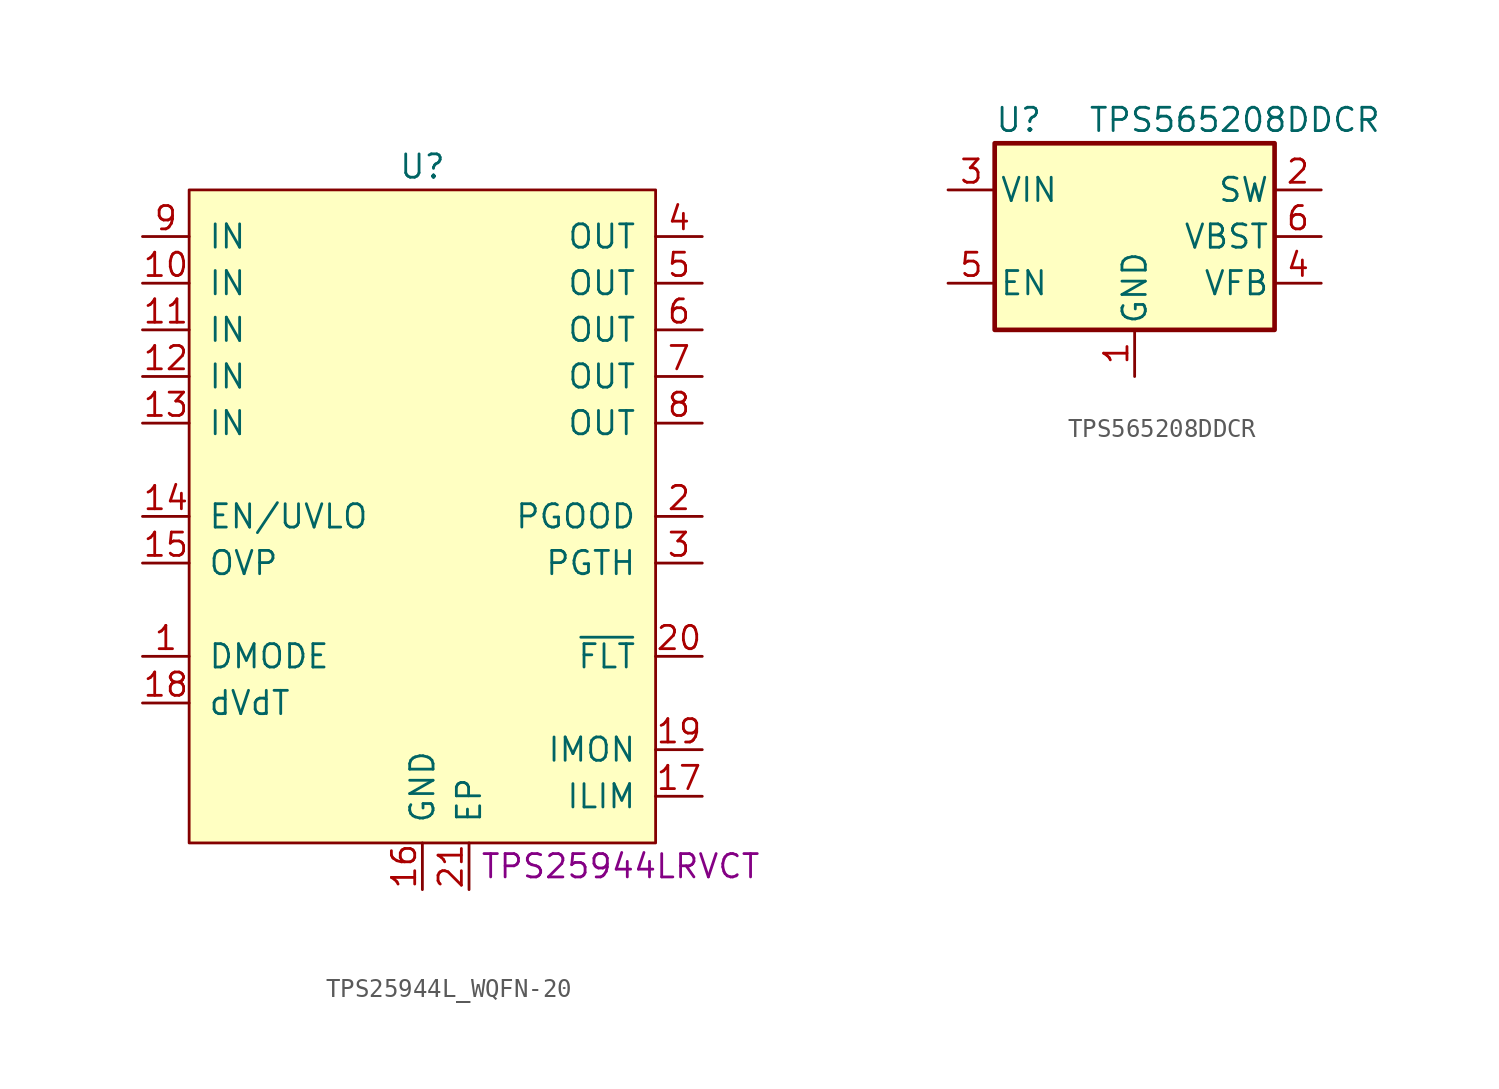
<source format=kicad_sym>
(kicad_symbol_lib
  (version 20211014)
  (generator kicad_symbol_editor)
  (symbol "TPS25944L_WQFN-20"
    (pin_names
      (offset 1.016))
    (property "Reference" "U"
      (at 0 16.51 0)
      (effects (font (size 1.27 1.27))))
    (property "Manufacturer Part Number" "TPS25944LRVCT"
      (at 10.795 -21.59 0)
      (effects (font (size 1.27 1.27))))
    (symbol "TPS25944L_WQFN-20_0_1"
      (rectangle (start -12.7 15.24) (end 12.7 -20.32) (stroke (width 0) (type default) (color 0 0 0 0)) (fill (type background))))
    (symbol "TPS25944L_WQFN-20_1_1"
      (pin input line (at -15.24 -10.16 0) (length 2.54) (name "DMODE" (effects (font (size 1.27 1.27)))) (number "1" (effects (font (size 1.27 1.27)))))
      (pin power_in line (at -15.24 10.16 0) (length 2.54) (name "IN" (effects (font (size 1.27 1.27)))) (number "10" (effects (font (size 1.27 1.27)))))
      (pin power_in line (at -15.24 7.62 0) (length 2.54) (name "IN" (effects (font (size 1.27 1.27)))) (number "11" (effects (font (size 1.27 1.27)))))
      (pin power_in line (at -15.24 5.08 0) (length 2.54) (name "IN" (effects (font (size 1.27 1.27)))) (number "12" (effects (font (size 1.27 1.27)))))
      (pin power_in line (at -15.24 2.54 0) (length 2.54) (name "IN" (effects (font (size 1.27 1.27)))) (number "13" (effects (font (size 1.27 1.27)))))
      (pin input line (at -15.24 -2.54 0) (length 2.54) (name "EN/UVLO" (effects (font (size 1.27 1.27)))) (number "14" (effects (font (size 1.27 1.27)))))
      (pin input line (at -15.24 -5.08 0) (length 2.54) (name "OVP" (effects (font (size 1.27 1.27)))) (number "15" (effects (font (size 1.27 1.27)))))
      (pin power_in line (at 0 -22.86 90) (length 2.54) (name "GND" (effects (font (size 1.27 1.27)))) (number "16" (effects (font (size 1.27 1.27)))))
      (pin bidirectional line (at 15.24 -17.78 180) (length 2.54) (name "ILIM" (effects (font (size 1.27 1.27)))) (number "17" (effects (font (size 1.27 1.27)))))
      (pin bidirectional line (at -15.24 -12.7 0) (length 2.54) (name "dVdT" (effects (font (size 1.27 1.27)))) (number "18" (effects (font (size 1.27 1.27)))))
      (pin output line (at 15.24 -15.24 180) (length 2.54) (name "IMON" (effects (font (size 1.27 1.27)))) (number "19" (effects (font (size 1.27 1.27)))))
      (pin open_collector line (at 15.24 -2.54 180) (length 2.54) (name "PGOOD" (effects (font (size 1.27 1.27)))) (number "2" (effects (font (size 1.27 1.27)))))
      (pin open_collector line (at 15.24 -10.16 180) (length 2.54) (name "~{FLT}" (effects (font (size 1.27 1.27)))) (number "20" (effects (font (size 1.27 1.27)))))
      (pin power_in line (at 2.54 -22.86 90) (length 2.54) (name "EP" (effects (font (size 1.27 1.27)))) (number "21" (effects (font (size 1.27 1.27)))))
      (pin input line (at 15.24 -5.08 180) (length 2.54) (name "PGTH" (effects (font (size 1.27 1.27)))) (number "3" (effects (font (size 1.27 1.27)))))
      (pin power_out line (at 15.24 12.7 180) (length 2.54) (name "OUT" (effects (font (size 1.27 1.27)))) (number "4" (effects (font (size 1.27 1.27)))))
      (pin passive line (at 15.24 10.16 180) (length 2.54) (name "OUT" (effects (font (size 1.27 1.27)))) (number "5" (effects (font (size 1.27 1.27)))))
      (pin passive line (at 15.24 7.62 180) (length 2.54) (name "OUT" (effects (font (size 1.27 1.27)))) (number "6" (effects (font (size 1.27 1.27)))))
      (pin passive line (at 15.24 5.08 180) (length 2.54) (name "OUT" (effects (font (size 1.27 1.27)))) (number "7" (effects (font (size 1.27 1.27)))))
      (pin passive line (at 15.24 2.54 180) (length 2.54) (name "OUT" (effects (font (size 1.27 1.27)))) (number "8" (effects (font (size 1.27 1.27)))))
      (pin power_in line (at -15.24 12.7 0) (length 2.54) (name "IN" (effects (font (size 1.27 1.27)))) (number "9" (effects (font (size 1.27 1.27)))))))
  (symbol "TPS565208DDCR"
    (pin_names
      (offset 0.254))
    (property "Reference" "U"
      (at -7.62 6.35 0)
      (effects (font (size 1.27 1.27)) (justify left)))
    (property "Value" "TPS565208DDCR"
      (at -2.54 6.35 0)
      (effects (font (size 1.27 1.27)) (justify left)))
    (symbol "TPS565208DDCR_0_1"
      (rectangle (start -7.62 5.08) (end 7.62 -5.08) (stroke (width 0.254) (type default) (color 0 0 0 0)) (fill (type background))))
    (symbol "TPS565208DDCR_1_1"
      (pin power_in line (at 0 -7.62 90) (length 2.54) (name "GND" (effects (font (size 1.27 1.27)))) (number "1" (effects (font (size 1.27 1.27)))))
      (pin output line (at 10.16 2.54 180) (length 2.54) (name "SW" (effects (font (size 1.27 1.27)))) (number "2" (effects (font (size 1.27 1.27)))))
      (pin power_in line (at -10.16 2.54 0) (length 2.54) (name "VIN" (effects (font (size 1.27 1.27)))) (number "3" (effects (font (size 1.27 1.27)))))
      (pin input line (at 10.16 -2.54 180) (length 2.54) (name "VFB" (effects (font (size 1.27 1.27)))) (number "4" (effects (font (size 1.27 1.27)))))
      (pin input line (at -10.16 -2.54 0) (length 2.54) (name "EN" (effects (font (size 1.27 1.27)))) (number "5" (effects (font (size 1.27 1.27)))))
      (pin input line (at 10.16 0 180) (length 2.54) (name "VBST" (effects (font (size 1.27 1.27)))) (number "6" (effects (font (size 1.27 1.27))))))))
</source>
